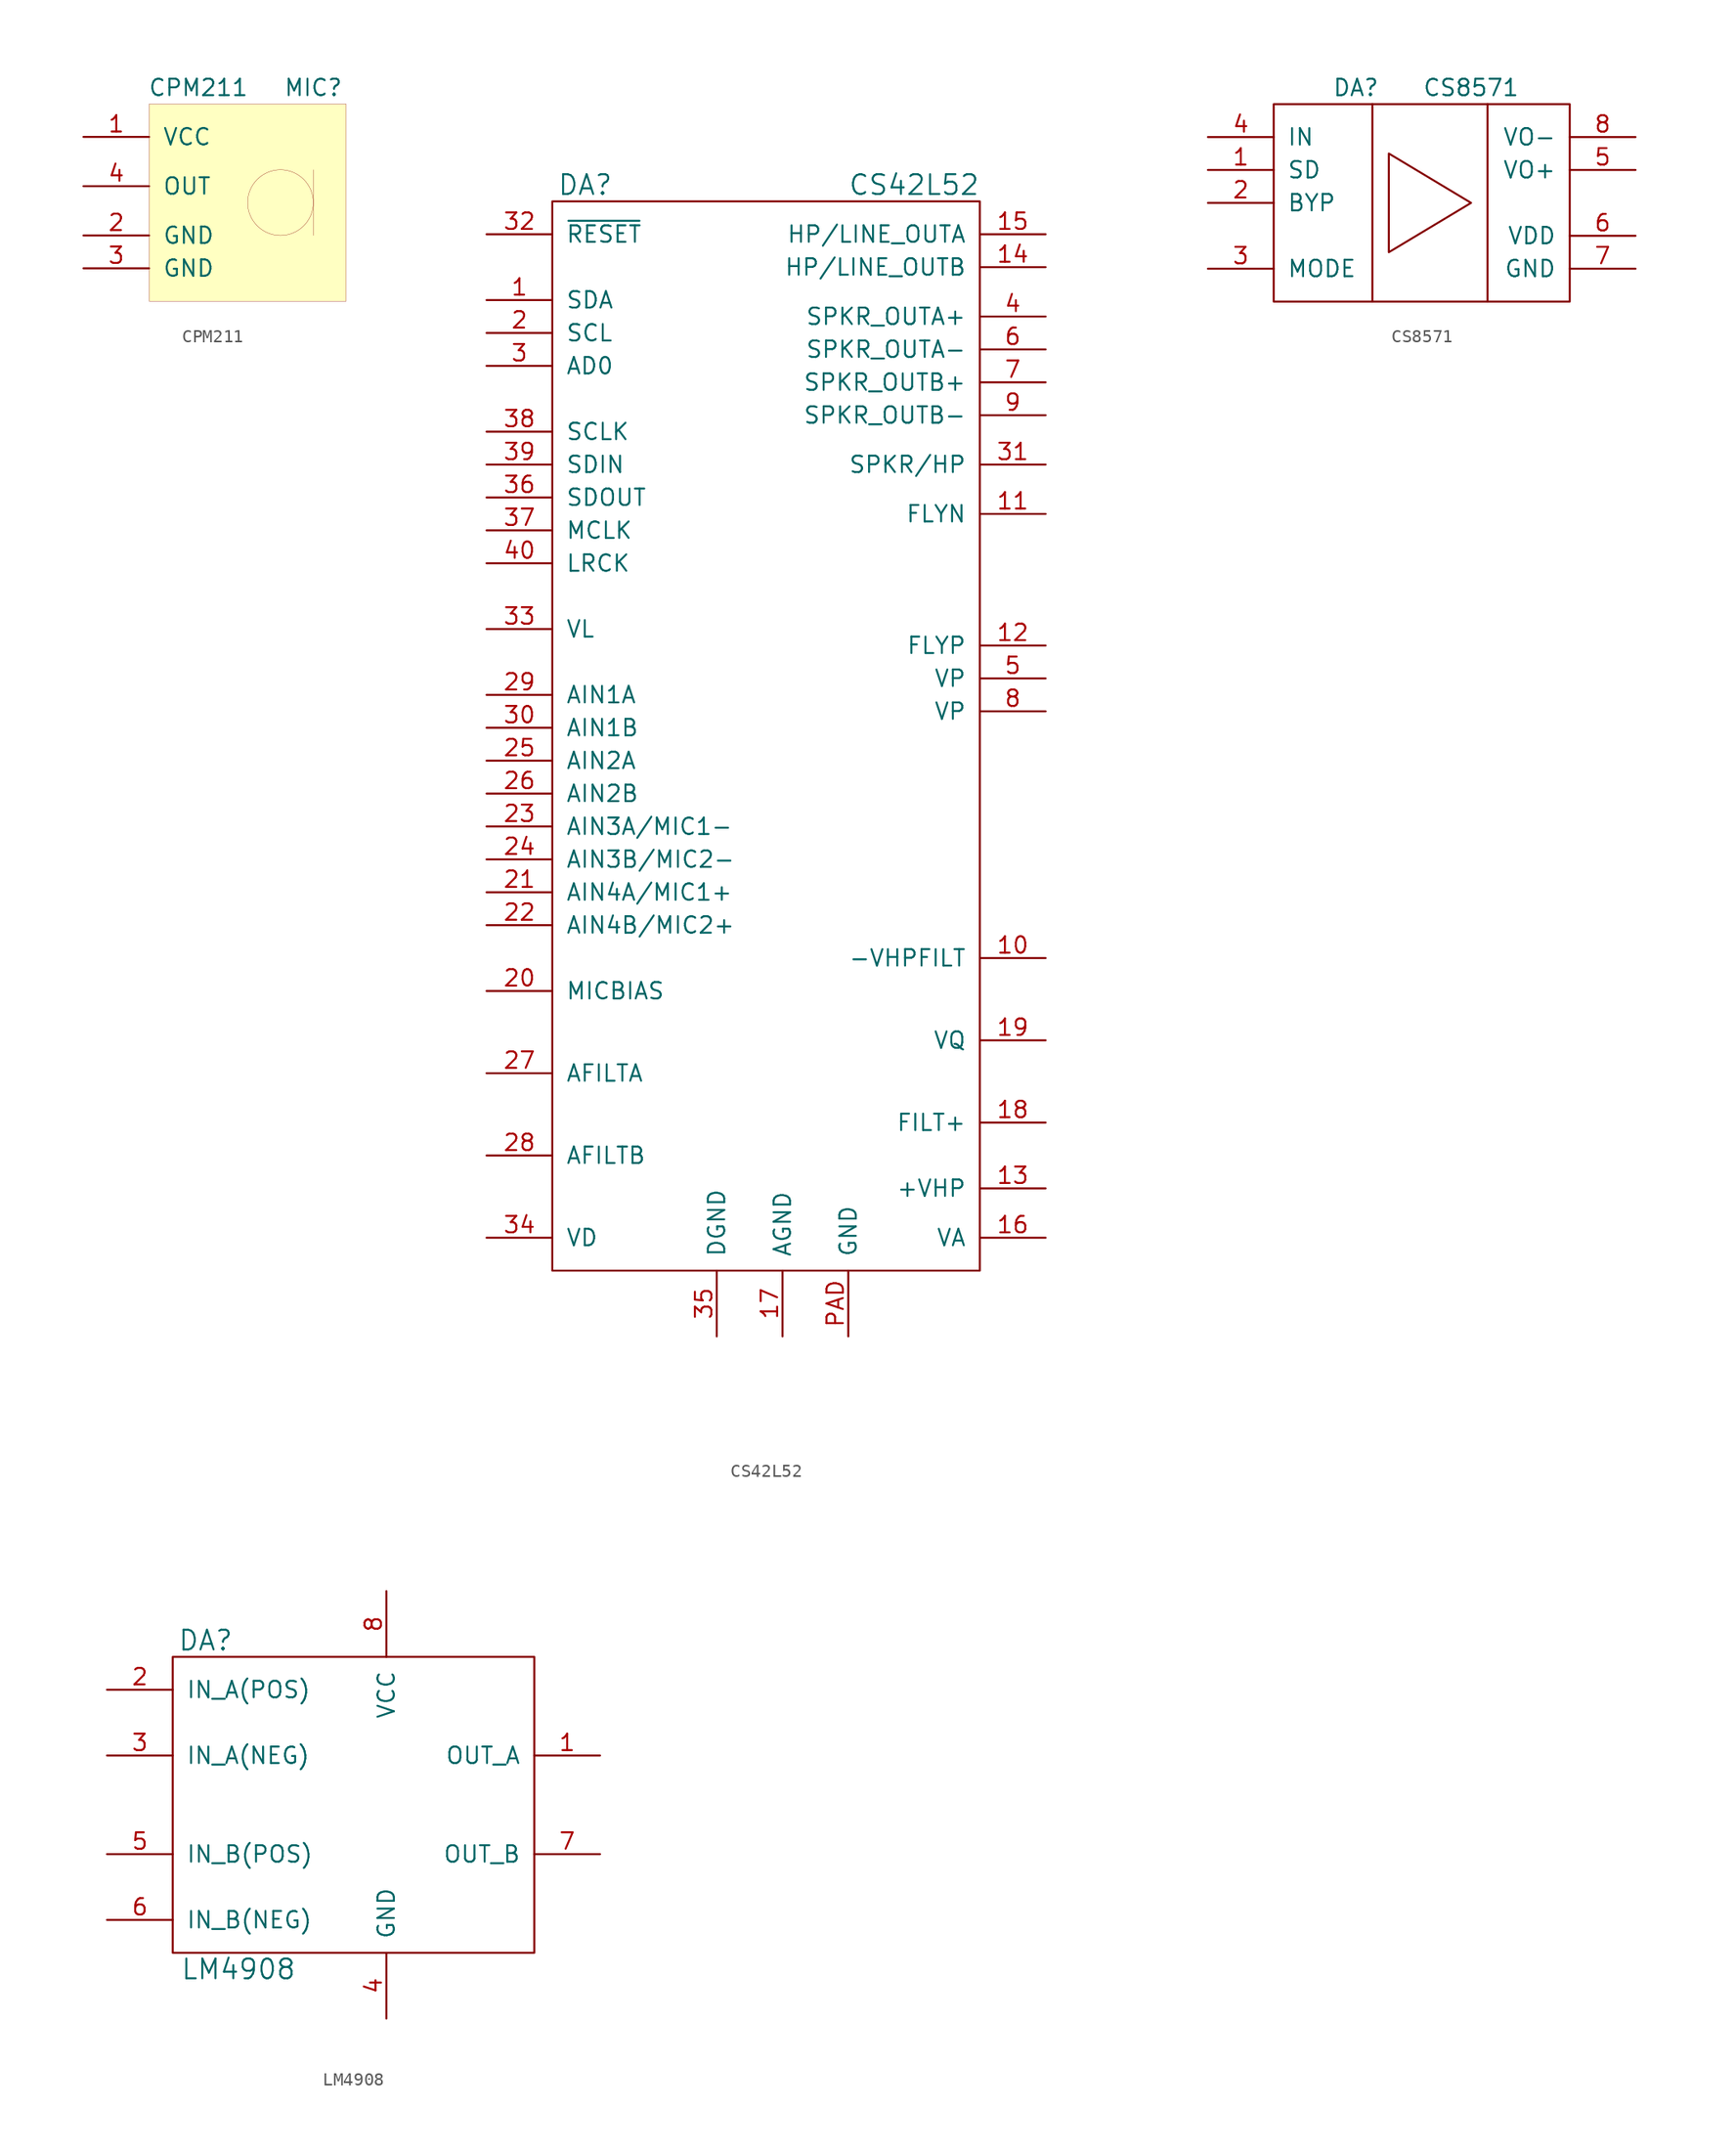
<source format=kicad_sym>
(kicad_symbol_lib
  (version 20231120)
  (generator "kicad_symbol_editor")
  (generator_version "8.0")
  (symbol "CPM211"
    (pin_names
      (offset 1.016))
    (property "Reference" "MIC"
      (at 2.54 8.89 0)
      (effects (font (size 1.27 1.27))))
    (property "Value" "CPM211"
      (at -6.35 8.89 0)
      (effects (font (size 1.27 1.27))))
    (symbol "CPM211_0_1"
      (rectangle (start -10.16 7.62) (end 5.08 -7.62) (stroke (width 0.001) (type default)) (fill (type background)))
      (polyline (pts (xy 2.54 2.54) (xy 2.54 -2.54)) (stroke (width 0.001) (type default)) (fill (type none)))
      (circle (center 0 0) (radius 2.54) (stroke (width 0.001) (type default)) (fill (type none))))
    (symbol "CPM211_1_1"
      (pin power_in line (at -15.24 5.08 0) (length 5.08) (name "VCC" (effects (font (size 1.27 1.27)))) (number "1" (effects (font (size 1.27 1.27)))))
      (pin power_in line (at -15.24 -2.54 0) (length 5.08) (name "GND" (effects (font (size 1.27 1.27)))) (number "2" (effects (font (size 1.27 1.27)))))
      (pin power_in line (at -15.24 -5.08 0) (length 5.08) (name "GND" (effects (font (size 1.27 1.27)))) (number "3" (effects (font (size 1.27 1.27)))))
      (pin passive line (at -15.24 1.27 0) (length 5.08) (name "OUT" (effects (font (size 1.27 1.27)))) (number "4" (effects (font (size 1.27 1.27)))))))
  (symbol "CS42L52"
    (pin_names
      (offset 1.016))
    (property "Reference" "DA"
      (at -15.24 40.64 0)
      (effects (font (size 1.524 1.524))))
    (property "Value" "CS42L52"
      (at 10.16 40.64 0)
      (effects (font (size 1.524 1.524))))
    (symbol "CS42L52_0_1"
      (rectangle (start -17.78 39.37) (end 15.24 -43.18) (stroke (width 0) (type default)) (fill (type none))))
    (symbol "CS42L52_1_1"
      (pin passive line (at -22.86 31.75 0) (length 5.08) (name "SDA" (effects (font (size 1.27 1.27)))) (number "1" (effects (font (size 1.27 1.27)))))
      (pin passive line (at 20.32 -19.05 180) (length 5.08) (name "-VHPFILT" (effects (font (size 1.27 1.27)))) (number "10" (effects (font (size 1.27 1.27)))))
      (pin passive line (at 20.32 15.24 180) (length 5.08) (name "FLYN" (effects (font (size 1.27 1.27)))) (number "11" (effects (font (size 1.27 1.27)))))
      (pin passive line (at 20.32 5.08 180) (length 5.08) (name "FLYP" (effects (font (size 1.27 1.27)))) (number "12" (effects (font (size 1.27 1.27)))))
      (pin passive line (at 20.32 -36.83 180) (length 5.08) (name "+VHP" (effects (font (size 1.27 1.27)))) (number "13" (effects (font (size 1.27 1.27)))))
      (pin passive line (at 20.32 34.29 180) (length 5.08) (name "HP/LINE_OUTB" (effects (font (size 1.27 1.27)))) (number "14" (effects (font (size 1.27 1.27)))))
      (pin passive line (at 20.32 36.83 180) (length 5.08) (name "HP/LINE_OUTA" (effects (font (size 1.27 1.27)))) (number "15" (effects (font (size 1.27 1.27)))))
      (pin passive line (at 20.32 -40.64 180) (length 5.08) (name "VA" (effects (font (size 1.27 1.27)))) (number "16" (effects (font (size 1.27 1.27)))))
      (pin power_in line (at 0 -48.26 90) (length 5.08) (name "AGND" (effects (font (size 1.27 1.27)))) (number "17" (effects (font (size 1.27 1.27)))))
      (pin passive line (at 20.32 -31.75 180) (length 5.08) (name "FILT+" (effects (font (size 1.27 1.27)))) (number "18" (effects (font (size 1.27 1.27)))))
      (pin passive line (at 20.32 -25.4 180) (length 5.08) (name "VQ" (effects (font (size 1.27 1.27)))) (number "19" (effects (font (size 1.27 1.27)))))
      (pin passive line (at -22.86 29.21 0) (length 5.08) (name "SCL" (effects (font (size 1.27 1.27)))) (number "2" (effects (font (size 1.27 1.27)))))
      (pin passive line (at -22.86 -21.59 0) (length 5.08) (name "MICBIAS" (effects (font (size 1.27 1.27)))) (number "20" (effects (font (size 1.27 1.27)))))
      (pin passive line (at -22.86 -13.97 0) (length 5.08) (name "AIN4A/MIC1+" (effects (font (size 1.27 1.27)))) (number "21" (effects (font (size 1.27 1.27)))))
      (pin passive line (at -22.86 -16.51 0) (length 5.08) (name "AIN4B/MIC2+" (effects (font (size 1.27 1.27)))) (number "22" (effects (font (size 1.27 1.27)))))
      (pin passive line (at -22.86 -8.89 0) (length 5.08) (name "AIN3A/MIC1-" (effects (font (size 1.27 1.27)))) (number "23" (effects (font (size 1.27 1.27)))))
      (pin passive line (at -22.86 -11.43 0) (length 5.08) (name "AIN3B/MIC2-" (effects (font (size 1.27 1.27)))) (number "24" (effects (font (size 1.27 1.27)))))
      (pin passive line (at -22.86 -3.81 0) (length 5.08) (name "AIN2A" (effects (font (size 1.27 1.27)))) (number "25" (effects (font (size 1.27 1.27)))))
      (pin passive line (at -22.86 -6.35 0) (length 5.08) (name "AIN2B" (effects (font (size 1.27 1.27)))) (number "26" (effects (font (size 1.27 1.27)))))
      (pin passive line (at -22.86 -27.94 0) (length 5.08) (name "AFILTA" (effects (font (size 1.27 1.27)))) (number "27" (effects (font (size 1.27 1.27)))))
      (pin passive line (at -22.86 -34.29 0) (length 5.08) (name "AFILTB" (effects (font (size 1.27 1.27)))) (number "28" (effects (font (size 1.27 1.27)))))
      (pin passive line (at -22.86 1.27 0) (length 5.08) (name "AIN1A" (effects (font (size 1.27 1.27)))) (number "29" (effects (font (size 1.27 1.27)))))
      (pin passive line (at -22.86 26.67 0) (length 5.08) (name "AD0" (effects (font (size 1.27 1.27)))) (number "3" (effects (font (size 1.27 1.27)))))
      (pin passive line (at -22.86 -1.27 0) (length 5.08) (name "AIN1B" (effects (font (size 1.27 1.27)))) (number "30" (effects (font (size 1.27 1.27)))))
      (pin passive line (at 20.32 19.05 180) (length 5.08) (name "SPKR/HP" (effects (font (size 1.27 1.27)))) (number "31" (effects (font (size 1.27 1.27)))))
      (pin passive line (at -22.86 36.83 0) (length 5.08) (name "~{RESET}" (effects (font (size 1.27 1.27)))) (number "32" (effects (font (size 1.27 1.27)))))
      (pin power_in line (at -22.86 6.35 0) (length 5.08) (name "VL" (effects (font (size 1.27 1.27)))) (number "33" (effects (font (size 1.27 1.27)))))
      (pin power_in line (at -22.86 -40.64 0) (length 5.08) (name "VD" (effects (font (size 1.27 1.27)))) (number "34" (effects (font (size 1.27 1.27)))))
      (pin power_in line (at -5.08 -48.26 90) (length 5.08) (name "DGND" (effects (font (size 1.27 1.27)))) (number "35" (effects (font (size 1.27 1.27)))))
      (pin passive line (at -22.86 16.51 0) (length 5.08) (name "SDOUT" (effects (font (size 1.27 1.27)))) (number "36" (effects (font (size 1.27 1.27)))))
      (pin passive line (at -22.86 13.97 0) (length 5.08) (name "MCLK" (effects (font (size 1.27 1.27)))) (number "37" (effects (font (size 1.27 1.27)))))
      (pin passive line (at -22.86 21.59 0) (length 5.08) (name "SCLK" (effects (font (size 1.27 1.27)))) (number "38" (effects (font (size 1.27 1.27)))))
      (pin passive line (at -22.86 19.05 0) (length 5.08) (name "SDIN" (effects (font (size 1.27 1.27)))) (number "39" (effects (font (size 1.27 1.27)))))
      (pin passive line (at 20.32 30.48 180) (length 5.08) (name "SPKR_OUTA+" (effects (font (size 1.27 1.27)))) (number "4" (effects (font (size 1.27 1.27)))))
      (pin passive line (at -22.86 11.43 0) (length 5.08) (name "LRCK" (effects (font (size 1.27 1.27)))) (number "40" (effects (font (size 1.27 1.27)))))
      (pin power_in line (at 20.32 2.54 180) (length 5.08) (name "VP" (effects (font (size 1.27 1.27)))) (number "5" (effects (font (size 1.27 1.27)))))
      (pin passive line (at 20.32 27.94 180) (length 5.08) (name "SPKR_OUTA-" (effects (font (size 1.27 1.27)))) (number "6" (effects (font (size 1.27 1.27)))))
      (pin passive line (at 20.32 25.4 180) (length 5.08) (name "SPKR_OUTB+" (effects (font (size 1.27 1.27)))) (number "7" (effects (font (size 1.27 1.27)))))
      (pin power_in line (at 20.32 0 180) (length 5.08) (name "VP" (effects (font (size 1.27 1.27)))) (number "8" (effects (font (size 1.27 1.27)))))
      (pin passive line (at 20.32 22.86 180) (length 5.08) (name "SPKR_OUTB-" (effects (font (size 1.27 1.27)))) (number "9" (effects (font (size 1.27 1.27)))))
      (pin power_in line (at 5.08 -48.26 90) (length 5.08) (name "GND" (effects (font (size 1.27 1.27)))) (number "PAD" (effects (font (size 1.27 1.27)))))))
  (symbol "CS8571"
    (pin_names
      (offset 1.016))
    (property "Reference" "DA"
      (at -5.08 10.16 0)
      (effects (font (size 1.27 1.27))))
    (property "Value" "CS8571"
      (at 3.81 10.16 0)
      (effects (font (size 1.27 1.27))))
    (symbol "CS8571_0_1"
      (rectangle (start -11.43 8.89) (end 11.43 -6.35) (stroke (width 0) (type default)) (fill (type none)))
      (polyline (pts (xy -3.81 -6.35) (xy -3.81 8.89)) (stroke (width 0) (type default)) (fill (type none)))
      (polyline (pts (xy 5.08 -6.35) (xy 5.08 8.89)) (stroke (width 0) (type default)) (fill (type none)))
      (polyline (pts (xy -2.54 -2.54) (xy -2.54 5.08) (xy 3.81 1.27) (xy -2.54 -2.54)) (stroke (width 0) (type default)) (fill (type none)))
      (pin passive line (at -16.51 3.81 0) (length 5.08) (name "SD" (effects (font (size 1.27 1.27)))) (number "1" (effects (font (size 1.27 1.27)))))
      (pin passive line (at -16.51 1.27 0) (length 5.08) (name "BYP" (effects (font (size 1.27 1.27)))) (number "2" (effects (font (size 1.27 1.27)))))
      (pin passive line (at -16.51 -3.81 0) (length 5.08) (name "MODE" (effects (font (size 1.27 1.27)))) (number "3" (effects (font (size 1.27 1.27)))))
      (pin passive line (at -16.51 6.35 0) (length 5.08) (name "IN" (effects (font (size 1.27 1.27)))) (number "4" (effects (font (size 1.27 1.27)))))
      (pin passive line (at 16.51 3.81 180) (length 5.08) (name "VO+" (effects (font (size 1.27 1.27)))) (number "5" (effects (font (size 1.27 1.27)))))
      (pin power_in line (at 16.51 -1.27 180) (length 5.08) (name "VDD" (effects (font (size 1.27 1.27)))) (number "6" (effects (font (size 1.27 1.27)))))
      (pin power_in line (at 16.51 -3.81 180) (length 5.08) (name "GND" (effects (font (size 1.27 1.27)))) (number "7" (effects (font (size 1.27 1.27)))))
      (pin passive line (at 16.51 6.35 180) (length 5.08) (name "VO-" (effects (font (size 1.27 1.27)))) (number "8" (effects (font (size 1.27 1.27)))))))
  (symbol "LM4908"
    (pin_names
      (offset 1.016))
    (property "Reference" "DA"
      (at -10.16 12.7 0)
      (effects (font (size 1.524 1.524))))
    (property "Value" "LM4908"
      (at -7.62 -12.7 0)
      (effects (font (size 1.524 1.524))))
    (property "Footprint" ""
      (at 0 0 0)
      (effects (font (size 1.524 1.524))))
    (property "Datasheet" ""
      (at 0 0 0)
      (effects (font (size 1.524 1.524))))
    (symbol "LM4908_0_1"
      (rectangle (start -12.7 11.43) (end 15.24 -11.43) (stroke (width 0) (type default)) (fill (type none))))
    (symbol "LM4908_1_1"
      (pin passive line (at 20.32 3.81 180) (length 5.08) (name "OUT_A" (effects (font (size 1.27 1.27)))) (number "1" (effects (font (size 1.27 1.27)))))
      (pin passive line (at -17.78 8.89 0) (length 5.08) (name "IN_A(POS)" (effects (font (size 1.27 1.27)))) (number "2" (effects (font (size 1.27 1.27)))))
      (pin passive line (at -17.78 3.81 0) (length 5.08) (name "IN_A(NEG)" (effects (font (size 1.27 1.27)))) (number "3" (effects (font (size 1.27 1.27)))))
      (pin power_in line (at 3.81 -16.51 90) (length 5.08) (name "GND" (effects (font (size 1.27 1.27)))) (number "4" (effects (font (size 1.27 1.27)))))
      (pin passive line (at -17.78 -3.81 0) (length 5.08) (name "IN_B(POS)" (effects (font (size 1.27 1.27)))) (number "5" (effects (font (size 1.27 1.27)))))
      (pin passive line (at -17.78 -8.89 0) (length 5.08) (name "IN_B(NEG)" (effects (font (size 1.27 1.27)))) (number "6" (effects (font (size 1.27 1.27)))))
      (pin passive line (at 20.32 -3.81 180) (length 5.08) (name "OUT_B" (effects (font (size 1.27 1.27)))) (number "7" (effects (font (size 1.27 1.27)))))
      (pin power_in line (at 3.81 16.51 270) (length 5.08) (name "VCC" (effects (font (size 1.27 1.27)))) (number "8" (effects (font (size 1.27 1.27))))))))
</source>
